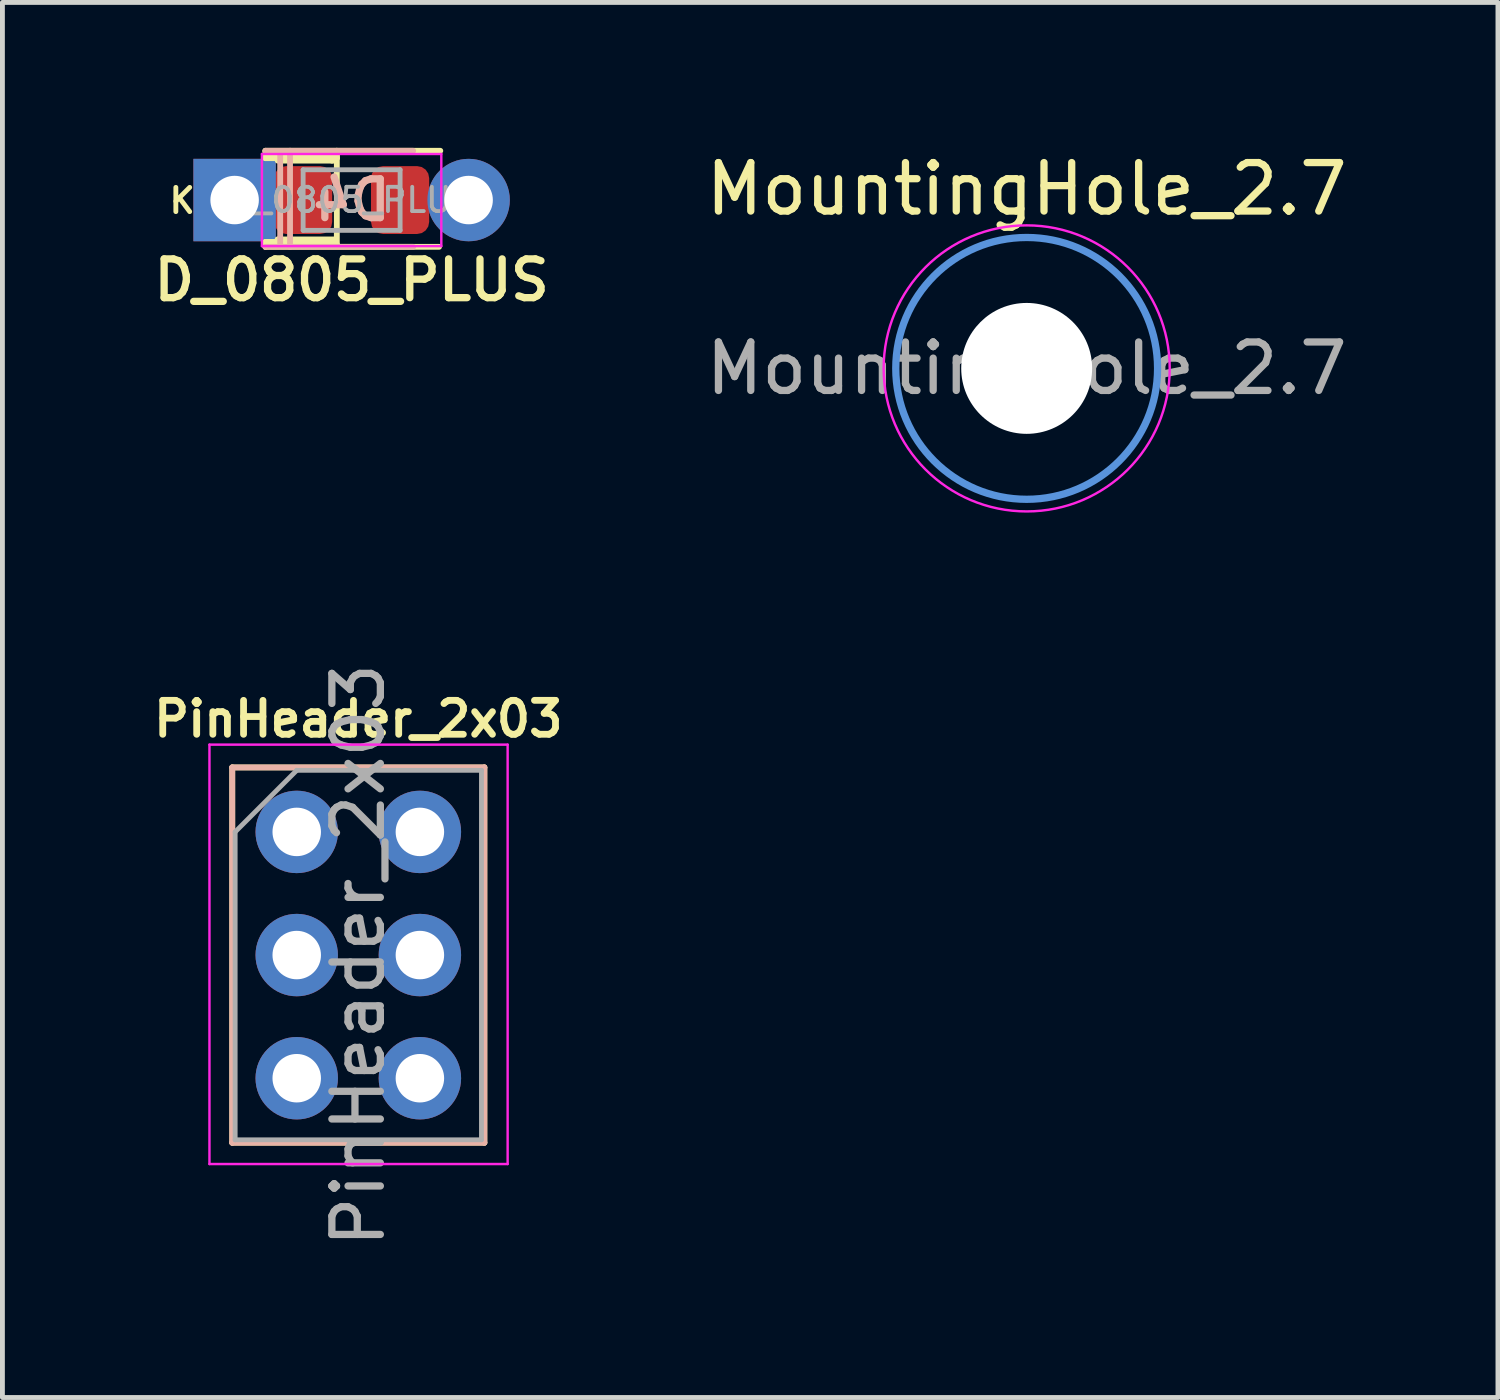
<source format=kicad_pcb>
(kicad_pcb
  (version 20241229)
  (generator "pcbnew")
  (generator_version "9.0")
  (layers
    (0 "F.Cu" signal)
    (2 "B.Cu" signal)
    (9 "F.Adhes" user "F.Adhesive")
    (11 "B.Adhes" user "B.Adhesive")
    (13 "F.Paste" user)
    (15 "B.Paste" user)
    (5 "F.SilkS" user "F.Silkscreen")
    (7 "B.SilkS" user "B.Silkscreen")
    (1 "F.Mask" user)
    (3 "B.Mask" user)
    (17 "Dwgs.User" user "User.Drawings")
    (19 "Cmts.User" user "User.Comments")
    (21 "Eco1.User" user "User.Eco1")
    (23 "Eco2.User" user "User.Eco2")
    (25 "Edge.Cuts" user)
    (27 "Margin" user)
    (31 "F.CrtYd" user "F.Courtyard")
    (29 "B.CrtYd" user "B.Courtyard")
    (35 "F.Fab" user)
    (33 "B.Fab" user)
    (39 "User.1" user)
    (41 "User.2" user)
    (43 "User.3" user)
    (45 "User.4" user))
  (footprint "MountingHole_2.7"
    (layer "F.Cu")
    (at 18.125 4.548)
    (property "Reference" "MountingHole_2.7" (at 0 -3.7 0) (layer "F.SilkS") (effects (font (size 1 1) (thickness 0.15))))
    (attr exclude_from_pos_files exclude_from_bom)
    (fp_circle (center 0 0) (end 2.7 0) (stroke (width 0.15) (type solid)) (fill no) (layer "Cmts.User"))
    (fp_circle (center 0 0) (end 2.95 0) (stroke (width 0.05) (type solid)) (fill no) (layer "F.CrtYd"))
    (fp_text user "${REFERENCE}" (at 0 0 0) (layer "F.Fab") (effects (font (size 1 1) (thickness 0.15))))
    (pad "" np_thru_hole circle (at 0 0) (size 2.7 2.7) (drill 2.7) (layers "*.Cu" "*.Mask")))
  (footprint "PinHeader_2x03"
    (layer "F.Cu")
    (at 3.07 14.108)
    (property "Reference" "PinHeader_2x03" (at 1.27 -2.33 0) (layer "F.SilkS") (effects (font (size 0.7 0.7) (thickness 0.14) (bold yes))))
    (attr through_hole)
    (fp_line (start -1.33 -1.33) (end -1.33 6.41) (stroke (width 0.12) (type solid)) (layer "F.SilkS"))
    (fp_line (start -1.33 -1.33) (end 3.87 -1.33) (stroke (width 0.12) (type solid)) (layer "F.SilkS"))
    (fp_line (start -1.33 6.41) (end 3.87 6.41) (stroke (width 0.12) (type solid)) (layer "F.SilkS"))
    (fp_line (start 3.87 -1.33) (end 3.87 6.41) (stroke (width 0.12) (type solid)) (layer "F.SilkS"))
    (fp_line (start -1.33 -1.33) (end -1.33 6.41) (stroke (width 0.12) (type solid)) (layer "B.SilkS"))
    (fp_line (start -1.33 -1.33) (end 3.87 -1.33) (stroke (width 0.12) (type solid)) (layer "B.SilkS"))
    (fp_line (start -1.33 6.41) (end 3.87 6.41) (stroke (width 0.12) (type solid)) (layer "B.SilkS"))
    (fp_line (start 3.87 -1.33) (end 3.87 6.41) (stroke (width 0.12) (type solid)) (layer "B.SilkS"))
    (fp_line (start -1.8 -1.8) (end -1.8 6.85) (stroke (width 0.05) (type solid)) (layer "F.CrtYd"))
    (fp_line (start -1.8 6.85) (end 4.35 6.85) (stroke (width 0.05) (type solid)) (layer "F.CrtYd"))
    (fp_line (start 4.35 -1.8) (end -1.8 -1.8) (stroke (width 0.05) (type solid)) (layer "F.CrtYd"))
    (fp_line (start 4.35 6.85) (end 4.35 -1.8) (stroke (width 0.05) (type solid)) (layer "F.CrtYd"))
    (fp_line (start -1.27 0) (end 0 -1.27) (stroke (width 0.1) (type solid)) (layer "F.Fab"))
    (fp_line (start -1.27 6.35) (end -1.27 0) (stroke (width 0.1) (type solid)) (layer "F.Fab"))
    (fp_line (start 0 -1.27) (end 3.81 -1.27) (stroke (width 0.1) (type solid)) (layer "F.Fab"))
    (fp_line (start 3.81 -1.27) (end 3.81 6.35) (stroke (width 0.1) (type solid)) (layer "F.Fab"))
    (fp_line (start 3.81 6.35) (end -1.27 6.35) (stroke (width 0.1) (type solid)) (layer "F.Fab"))
    (fp_text user "${REFERENCE}" (at 1.27 2.54 90) (layer "F.Fab") (effects (font (size 1 1) (thickness 0.15))))
    (pad "1" thru_hole circle (at 0 0) (size 1.7 1.7) (drill 1) (layers "*.Cu" "*.Mask"))
    (pad "2" thru_hole oval (at 0 2.54) (size 1.7 1.7) (drill 1) (layers "*.Cu" "*.Mask"))
    (pad "3" thru_hole oval (at 0 5.08) (size 1.7 1.7) (drill 1) (layers "*.Cu" "*.Mask"))
    (pad "4" thru_hole oval (at 2.54 5.08) (size 1.7 1.7) (drill 1) (layers "*.Cu" "*.Mask"))
    (pad "5" thru_hole oval (at 2.54 2.54) (size 1.7 1.7) (drill 1) (layers "*.Cu" "*.Mask"))
    (pad "6" thru_hole oval (at 2.54 0) (size 1.7 1.7) (drill 1) (layers "*.Cu" "*.Mask")))
  (footprint "D_0805_PLUS"
    (layer "F.Cu")
    (at 4.202 1.076)
    (property "Reference" "D_0805_PLUS" (at 0 1.651 0) (layer "F.SilkS") (effects (font (size 0.8 0.8) (thickness 0.15))))
    (attr smd)
    (fp_line (start -1.778 -1.016) (end 1.829 -1.016) (stroke (width 0.12) (type solid)) (layer "F.SilkS"))
    (fp_line (start -1.778 -0.94) (end -0.406 -0.914) (stroke (width 0.12) (type default)) (layer "F.SilkS"))
    (fp_line (start -1.778 -0.864) (end -1.778 -1.016) (stroke (width 0.12) (type default)) (layer "F.SilkS"))
    (fp_line (start -1.778 0.864) (end -1.549 0.864) (stroke (width 0.12) (type default)) (layer "F.SilkS"))
    (fp_line (start -1.778 0.965) (end -1.778 0.864) (stroke (width 0.12) (type default)) (layer "F.SilkS"))
    (fp_line (start -1.778 0.965) (end 1.803 0.965) (stroke (width 0.12) (type solid)) (layer "F.SilkS"))
    (fp_line (start -1.575 0.914) (end -0.305 0.914) (stroke (width 0.12) (type default)) (layer "F.SilkS"))
    (fp_line (start -1.524 -0.813) (end -0.356 -0.813) (stroke (width 0.12) (type default)) (layer "F.SilkS"))
    (fp_line (start -1.524 0.813) (end -1.575 0.914) (stroke (width 0.12) (type default)) (layer "F.SilkS"))
    (fp_line (start -0.406 -0.914) (end -0.406 -0.813) (stroke (width 0.12) (type default)) (layer "F.SilkS"))
    (fp_line (start -0.356 0.813) (end -1.524 0.813) (stroke (width 0.12) (type default)) (layer "F.SilkS"))
    (fp_line (start -0.305 -1.016) (end -0.305 -0.864) (stroke (width 0.12) (type default)) (layer "F.SilkS"))
    (fp_line (start -0.305 -1.016) (end -0.305 0.914) (stroke (width 0.12) (type default)) (layer "F.SilkS"))
    (fp_line (start -0.305 -0.864) (end -1.778 -0.864) (stroke (width 0.12) (type default)) (layer "F.SilkS"))
    (fp_line (start -1.778 -1.016) (end -1.27 -1.016) (stroke (width 0.12) (type solid)) (layer "B.SilkS"))
    (fp_line (start -1.778 0.965) (end -1.27 0.965) (stroke (width 0.12) (type solid)) (layer "B.SilkS"))
    (fp_line (start -1.473 0.94) (end -1.473 -0.965) (stroke (width 0.12) (type solid)) (layer "B.SilkS"))
    (fp_line (start -1.27 -1.016) (end 1.27 -1.016) (stroke (width 0.12) (type solid)) (layer "B.SilkS"))
    (fp_line (start -1.27 0.965) (end -1.27 -1.016) (stroke (width 0.12) (type solid)) (layer "B.SilkS"))
    (fp_line (start 1.27 0.965) (end -1.27 0.965) (stroke (width 0.12) (type solid)) (layer "B.SilkS"))
    (fp_line (start -1.85 -0.95) (end 1.85 -0.95) (stroke (width 0.05) (type solid)) (layer "F.CrtYd"))
    (fp_line (start -1.85 0.95) (end -1.85 -0.95) (stroke (width 0.05) (type solid)) (layer "F.CrtYd"))
    (fp_line (start 1.85 -0.95) (end 1.85 0.95) (stroke (width 0.05) (type solid)) (layer "F.CrtYd"))
    (fp_line (start 1.85 0.95) (end -1.85 0.95) (stroke (width 0.05) (type solid)) (layer "F.CrtYd"))
    (fp_line (start -1 -0.625) (end 1 -0.625) (stroke (width 0.1) (type solid)) (layer "F.Fab"))
    (fp_line (start -1 0.625) (end -1 -0.625) (stroke (width 0.1) (type solid)) (layer "F.Fab"))
    (fp_line (start 1 -0.625) (end 1 0.625) (stroke (width 0.1) (type solid)) (layer "F.Fab"))
    (fp_line (start 1 0.625) (end -1 0.625) (stroke (width 0.1) (type solid)) (layer "F.Fab"))
    (fp_text user "K" (at -3.81 0.305 0) (unlocked yes) (layer "F.SilkS") (effects (font (size 0.5 0.5) (thickness 0.1) (bold yes)) (justify left bottom)))
    (fp_text user "D4" (at 0 0 0) (unlocked yes) (layer "B.SilkS") (effects (font (size 0.8 0.8) (thickness 0.15)) (justify mirror)))
    (fp_text user "${REFERENCE}" (at 0 0 0) (layer "F.Fab") (effects (font (size 0.5 0.5) (thickness 0.08))))
    (pad "1" thru_hole rect (at -2.413 0) (size 1.7 1.7) (drill 1) (layers "*.Cu" "*.Mask"))
    (pad "1" smd roundrect (at -1 0) (size 1.2 1.4) (layers "F.Cu" "F.Mask" "F.Paste") (roundrect_rratio 0.208))
    (pad "2" smd roundrect (at 1 0) (size 1.2 1.4) (layers "F.Cu" "F.Mask" "F.Paste") (roundrect_rratio 0.208))
    (pad "2" thru_hole circle (at 2.413 0) (size 1.7 1.7) (drill 1) (layers "*.Cu" "*.Mask")))
  (gr_rect
    (start -3 -3)
    (end 27.845 25.773)
    (stroke (width 0.1) (type default))
    (fill no)
    (layer "Edge.Cuts")))
</source>
